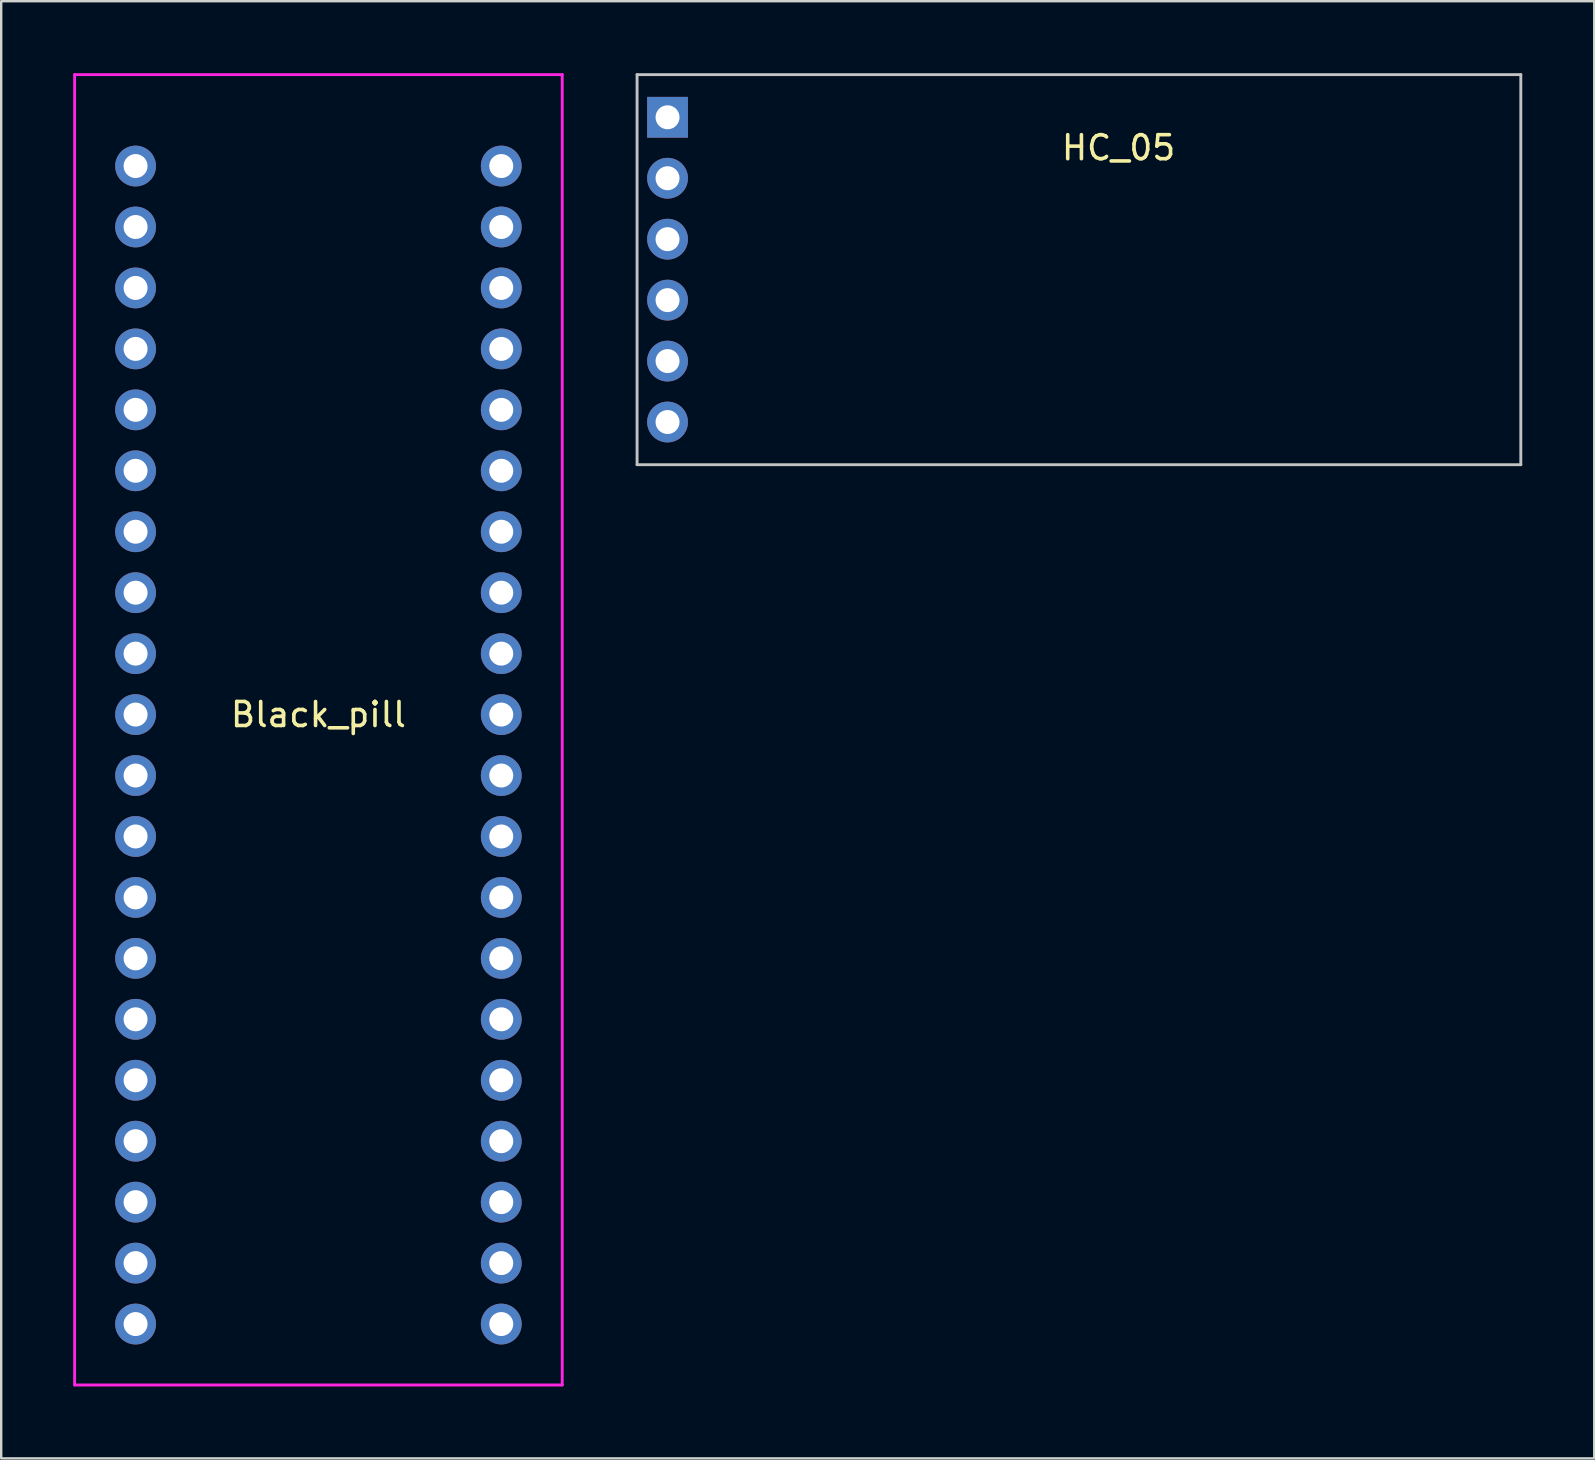
<source format=kicad_pcb>
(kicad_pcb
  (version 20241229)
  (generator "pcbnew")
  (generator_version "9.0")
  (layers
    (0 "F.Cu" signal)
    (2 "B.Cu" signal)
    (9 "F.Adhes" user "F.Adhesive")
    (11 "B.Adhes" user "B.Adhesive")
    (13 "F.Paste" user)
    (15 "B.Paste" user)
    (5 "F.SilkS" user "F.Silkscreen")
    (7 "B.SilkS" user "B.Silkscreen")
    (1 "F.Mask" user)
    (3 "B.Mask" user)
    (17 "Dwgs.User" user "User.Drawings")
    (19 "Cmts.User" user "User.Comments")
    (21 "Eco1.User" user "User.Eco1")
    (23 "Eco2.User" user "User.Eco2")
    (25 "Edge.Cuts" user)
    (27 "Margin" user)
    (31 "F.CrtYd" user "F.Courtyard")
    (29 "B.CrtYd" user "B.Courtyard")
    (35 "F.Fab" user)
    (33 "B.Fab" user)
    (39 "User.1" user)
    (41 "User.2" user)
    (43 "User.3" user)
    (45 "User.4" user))
  (footprint "HC_05"
    (layer "F.Cu")
    (at 24.77 8.188)
    (property "Reference" "HC_05" (at 18.796 -5.08 0) (layer "F.SilkS") (effects (font (size 1 1) (thickness 0.15))))
    (attr through_hole)
    (fp_line (start -1.27 -8.128) (end -1.27 8.128) (stroke (width 0.12) (type solid)) (layer "Dwgs.User"))
    (fp_line (start -1.27 8.128) (end 35.56 8.128) (stroke (width 0.12) (type solid)) (layer "Dwgs.User"))
    (fp_line (start 35.56 -8.128) (end -1.27 -8.128) (stroke (width 0.12) (type solid)) (layer "Dwgs.User"))
    (fp_line (start 35.56 -8.128) (end 35.56 8.128) (stroke (width 0.12) (type solid)) (layer "Dwgs.User"))
    (pad "1" thru_hole rect (at 0 -6.35) (size 1.7 1.7) (drill 1) (layers "*.Cu" "*.Mask"))
    (pad "2" thru_hole oval (at 0 -3.81) (size 1.7 1.7) (drill 1) (layers "*.Cu" "*.Mask"))
    (pad "3" thru_hole oval (at 0 -1.27) (size 1.7 1.7) (drill 1) (layers "*.Cu" "*.Mask"))
    (pad "4" thru_hole oval (at 0 1.27) (size 1.7 1.7) (drill 1) (layers "*.Cu" "*.Mask"))
    (pad "5" thru_hole oval (at 0 3.81) (size 1.7 1.7) (drill 1) (layers "*.Cu" "*.Mask"))
    (pad "6" thru_hole oval (at 0 6.35) (size 1.7 1.7) (drill 1) (layers "*.Cu" "*.Mask")))
  (footprint "Black_pill"
    (layer "F.Cu")
    (at 10.22 26.73)
    (property "Reference" "Black_pill" (at 0 0 0) (layer "F.SilkS") (effects (font (size 1 1) (thickness 0.15))))
    (attr through_hole)
    (fp_line (start -10.16 -26.67) (end -10.16 27.94) (stroke (width 0.12) (type solid)) (layer "F.CrtYd"))
    (fp_line (start -10.16 27.94) (end 10.16 27.94) (stroke (width 0.12) (type solid)) (layer "F.CrtYd"))
    (fp_line (start 10.16 -26.67) (end -10.16 -26.67) (stroke (width 0.12) (type solid)) (layer "F.CrtYd"))
    (fp_line (start 10.16 27.94) (end 10.16 -26.67) (stroke (width 0.12) (type solid)) (layer "F.CrtYd"))
    (pad "1" thru_hole circle (at -7.62 -22.86) (size 1.7 1.7) (drill 1) (layers "*.Cu" "*.Mask"))
    (pad "2" thru_hole circle (at -7.62 -20.32) (size 1.7 1.7) (drill 1) (layers "*.Cu" "*.Mask"))
    (pad "3" thru_hole circle (at -7.62 -17.78) (size 1.7 1.7) (drill 1) (layers "*.Cu" "*.Mask"))
    (pad "4" thru_hole circle (at -7.62 -15.24) (size 1.7 1.7) (drill 1) (layers "*.Cu" "*.Mask"))
    (pad "5" thru_hole circle (at -7.62 -12.7) (size 1.7 1.7) (drill 1) (layers "*.Cu" "*.Mask"))
    (pad "6" thru_hole circle (at -7.62 -10.16) (size 1.7 1.7) (drill 1) (layers "*.Cu" "*.Mask"))
    (pad "7" thru_hole circle (at -7.62 -7.62) (size 1.7 1.7) (drill 1) (layers "*.Cu" "*.Mask"))
    (pad "8" thru_hole circle (at -7.62 -5.08) (size 1.7 1.7) (drill 1) (layers "*.Cu" "*.Mask"))
    (pad "9" thru_hole circle (at -7.62 -2.54) (size 1.7 1.7) (drill 1) (layers "*.Cu" "*.Mask"))
    (pad "10" thru_hole circle (at -7.62 0) (size 1.7 1.7) (drill 1) (layers "*.Cu" "*.Mask"))
    (pad "11" thru_hole circle (at -7.62 2.54) (size 1.7 1.7) (drill 1) (layers "*.Cu" "*.Mask"))
    (pad "12" thru_hole circle (at -7.62 5.08) (size 1.7 1.7) (drill 1) (layers "*.Cu" "*.Mask"))
    (pad "13" thru_hole circle (at -7.62 7.62) (size 1.7 1.7) (drill 1) (layers "*.Cu" "*.Mask"))
    (pad "14" thru_hole circle (at -7.62 10.16) (size 1.7 1.7) (drill 1) (layers "*.Cu" "*.Mask"))
    (pad "15" thru_hole circle (at -7.62 12.7) (size 1.7 1.7) (drill 1) (layers "*.Cu" "*.Mask"))
    (pad "16" thru_hole circle (at -7.62 15.24) (size 1.7 1.7) (drill 1) (layers "*.Cu" "*.Mask"))
    (pad "17" thru_hole circle (at -7.62 17.78) (size 1.7 1.7) (drill 1) (layers "*.Cu" "*.Mask"))
    (pad "18" thru_hole circle (at -7.62 20.32) (size 1.7 1.7) (drill 1) (layers "*.Cu" "*.Mask"))
    (pad "19" thru_hole circle (at -7.62 22.86) (size 1.7 1.7) (drill 1) (layers "*.Cu" "*.Mask"))
    (pad "20" thru_hole circle (at -7.62 25.4) (size 1.7 1.7) (drill 1) (layers "*.Cu" "*.Mask"))
    (pad "21" thru_hole circle (at 7.62 -22.86) (size 1.7 1.7) (drill 1) (layers "*.Cu" "*.Mask"))
    (pad "22" thru_hole circle (at 7.62 -20.32) (size 1.7 1.7) (drill 1) (layers "*.Cu" "*.Mask"))
    (pad "23" thru_hole circle (at 7.62 -17.78) (size 1.7 1.7) (drill 1) (layers "*.Cu" "*.Mask"))
    (pad "24" thru_hole circle (at 7.62 -15.24) (size 1.7 1.7) (drill 1) (layers "*.Cu" "*.Mask"))
    (pad "25" thru_hole circle (at 7.62 -12.7) (size 1.7 1.7) (drill 1) (layers "*.Cu" "*.Mask"))
    (pad "26" thru_hole circle (at 7.62 -10.16) (size 1.7 1.7) (drill 1) (layers "*.Cu" "*.Mask"))
    (pad "27" thru_hole circle (at 7.62 -7.62) (size 1.7 1.7) (drill 1) (layers "*.Cu" "*.Mask"))
    (pad "28" thru_hole circle (at 7.62 -5.08) (size 1.7 1.7) (drill 1) (layers "*.Cu" "*.Mask"))
    (pad "29" thru_hole circle (at 7.62 -2.54) (size 1.7 1.7) (drill 1) (layers "*.Cu" "*.Mask"))
    (pad "30" thru_hole circle (at 7.62 0) (size 1.7 1.7) (drill 1) (layers "*.Cu" "*.Mask"))
    (pad "31" thru_hole circle (at 7.62 2.54) (size 1.7 1.7) (drill 1) (layers "*.Cu" "*.Mask"))
    (pad "32" thru_hole circle (at 7.62 5.08) (size 1.7 1.7) (drill 1) (layers "*.Cu" "*.Mask"))
    (pad "33" thru_hole circle (at 7.62 7.62) (size 1.7 1.7) (drill 1) (layers "*.Cu" "*.Mask"))
    (pad "34" thru_hole circle (at 7.62 10.16) (size 1.7 1.7) (drill 1) (layers "*.Cu" "*.Mask"))
    (pad "35" thru_hole circle (at 7.62 12.7) (size 1.7 1.7) (drill 1) (layers "*.Cu" "*.Mask"))
    (pad "36" thru_hole circle (at 7.62 15.24) (size 1.7 1.7) (drill 1) (layers "*.Cu" "*.Mask"))
    (pad "37" thru_hole circle (at 7.62 17.78) (size 1.7 1.7) (drill 1) (layers "*.Cu" "*.Mask"))
    (pad "38" thru_hole circle (at 7.62 20.32) (size 1.7 1.7) (drill 1) (layers "*.Cu" "*.Mask"))
    (pad "39" thru_hole circle (at 7.62 22.86) (size 1.7 1.7) (drill 1) (layers "*.Cu" "*.Mask"))
    (pad "40" thru_hole circle (at 7.62 25.4) (size 1.7 1.7) (drill 1) (layers "*.Cu" "*.Mask")))
  (gr_rect
    (start -3 -3)
    (end 63.39 57.73)
    (stroke (width 0.1) (type default))
    (fill no)
    (layer "Edge.Cuts")))
</source>
